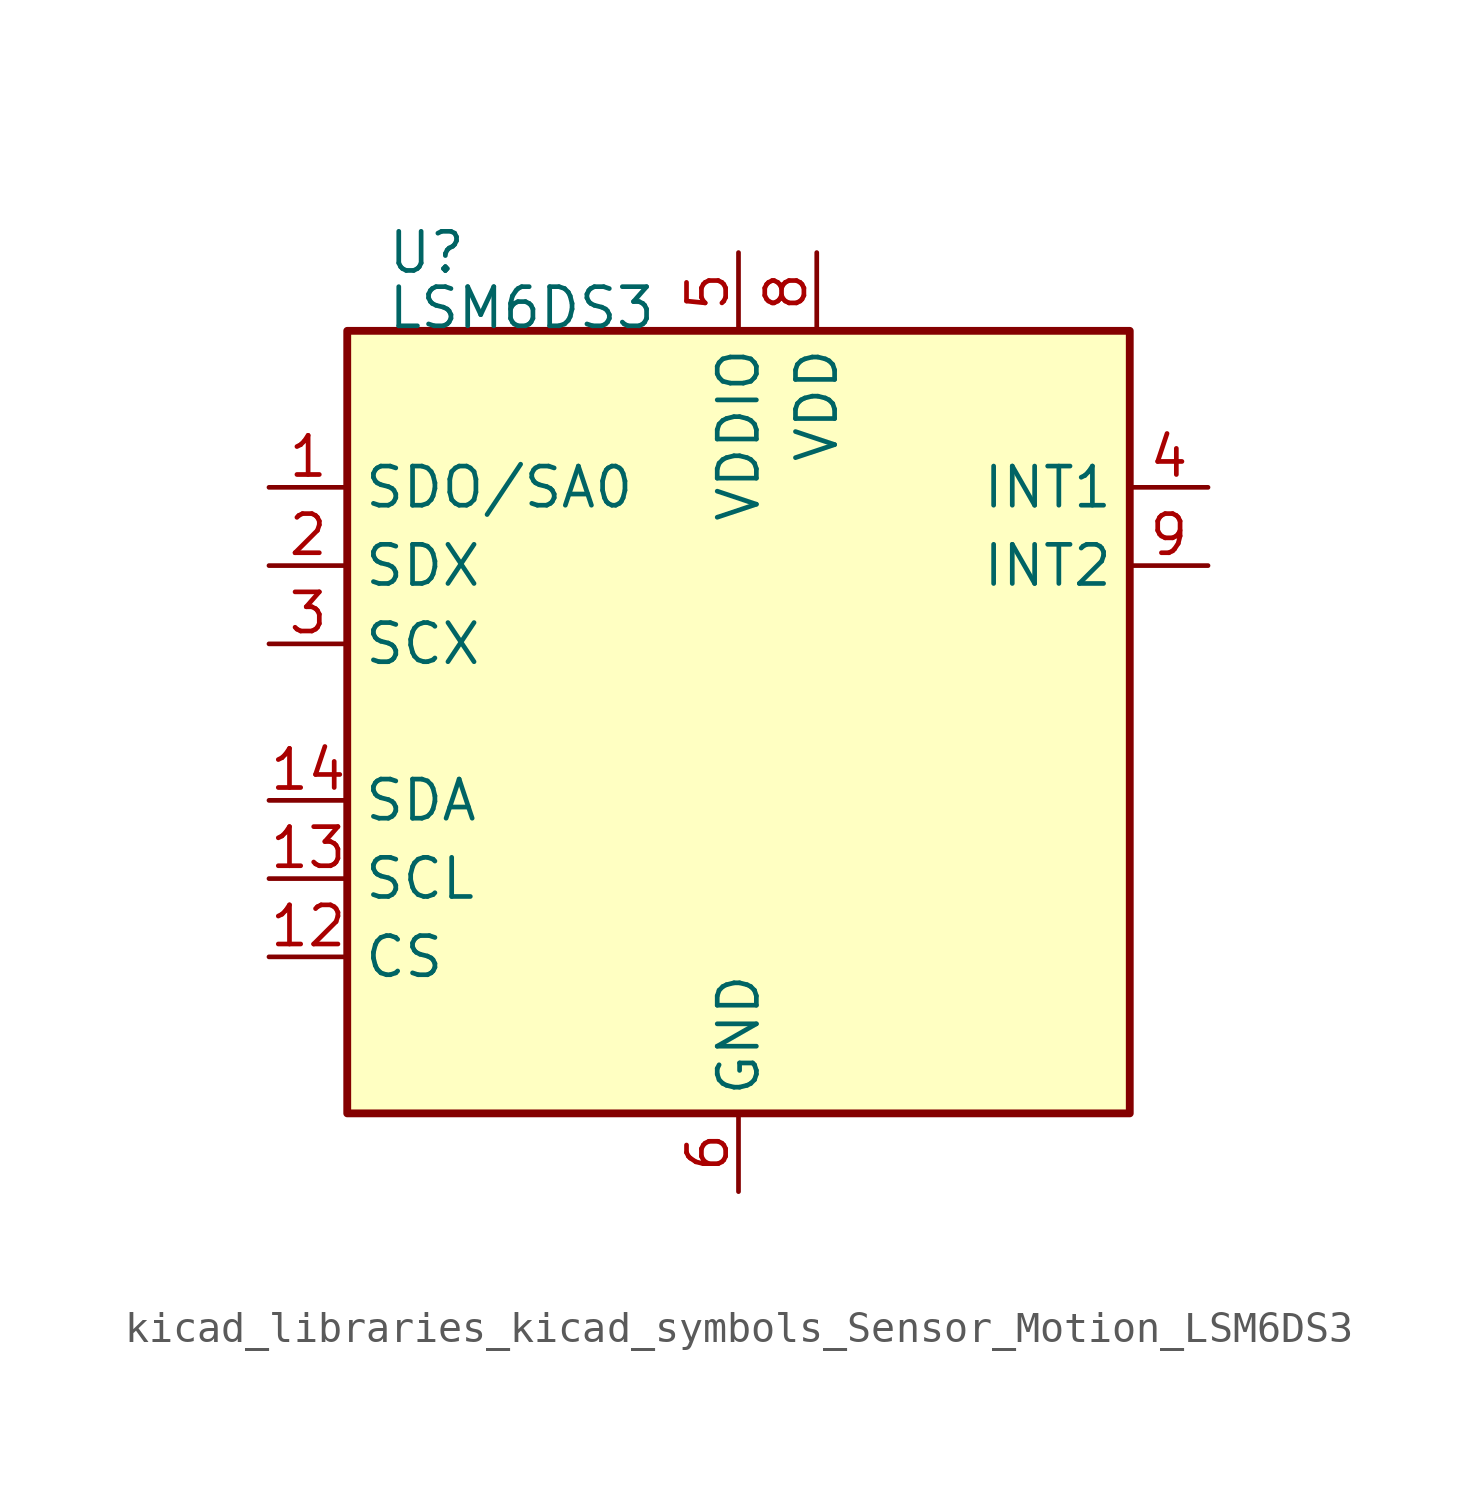
<source format=kicad_sym>
(kicad_symbol_lib
  (version 20220914)
  (generator kicad_symbol_editor)
  (symbol "kicad_libraries_kicad_symbols_Sensor_Motion_LSM6DS3"
    (property "Reference" "U"
      (at -11.43 15.24 0)
      (effects (font (size 1.27 1.27)) (justify left)))
    (property "Value" "LSM6DS3"
      (at -11.43 12.7 0)
      (effects (font (size 1.27 1.27)) (justify left bottom)))
    (symbol "kicad_libraries_kicad_symbols_Sensor_Motion_LSM6DS3_0_1"
      (rectangle (start -12.7 12.7) (end 12.7 -12.7) (stroke (width 0.254) (type default)) (fill (type background))))
    (symbol "kicad_libraries_kicad_symbols_Sensor_Motion_LSM6DS3_1_1"
      (pin bidirectional line (at -15.24 7.62 0) (length 2.54) (name "SDO/SA0" (effects (font (size 1.27 1.27)))) (number "1" (effects (font (size 1.27 1.27)))))
      (pin no_connect line (at 12.7 -5.08 180) (length 3.81) hide (name "NC" (effects (font (size 1.27 1.27)))) (number "10" (effects (font (size 1.27 1.27)))))
      (pin no_connect line (at 12.7 -2.54 180) (length 3.81) hide (name "NC" (effects (font (size 1.27 1.27)))) (number "11" (effects (font (size 1.27 1.27)))))
      (pin input line (at -15.24 -7.62 0) (length 2.54) (name "CS" (effects (font (size 1.27 1.27)))) (number "12" (effects (font (size 1.27 1.27)))))
      (pin input line (at -15.24 -5.08 0) (length 2.54) (name "SCL" (effects (font (size 1.27 1.27)))) (number "13" (effects (font (size 1.27 1.27)))))
      (pin bidirectional line (at -15.24 -2.54 0) (length 2.54) (name "SDA" (effects (font (size 1.27 1.27)))) (number "14" (effects (font (size 1.27 1.27)))))
      (pin bidirectional line (at -15.24 5.08 0) (length 2.54) (name "SDX" (effects (font (size 1.27 1.27)))) (number "2" (effects (font (size 1.27 1.27)))))
      (pin input line (at -15.24 2.54 0) (length 2.54) (name "SCX" (effects (font (size 1.27 1.27)))) (number "3" (effects (font (size 1.27 1.27)))))
      (pin output line (at 15.24 7.62 180) (length 2.54) (name "INT1" (effects (font (size 1.27 1.27)))) (number "4" (effects (font (size 1.27 1.27)))))
      (pin power_in line (at 0 15.24 270) (length 2.54) (name "VDDIO" (effects (font (size 1.27 1.27)))) (number "5" (effects (font (size 1.27 1.27)))))
      (pin power_in line (at 0 -15.24 90) (length 2.54) (name "GND" (effects (font (size 1.27 1.27)))) (number "6" (effects (font (size 1.27 1.27)))))
      (pin passive line (at 0 -15.24 90) (length 2.54) hide (name "GND" (effects (font (size 1.27 1.27)))) (number "7" (effects (font (size 1.27 1.27)))))
      (pin power_in line (at 2.54 15.24 270) (length 2.54) (name "VDD" (effects (font (size 1.27 1.27)))) (number "8" (effects (font (size 1.27 1.27)))))
      (pin output line (at 15.24 5.08 180) (length 2.54) (name "INT2" (effects (font (size 1.27 1.27)))) (number "9" (effects (font (size 1.27 1.27))))))))
</source>
